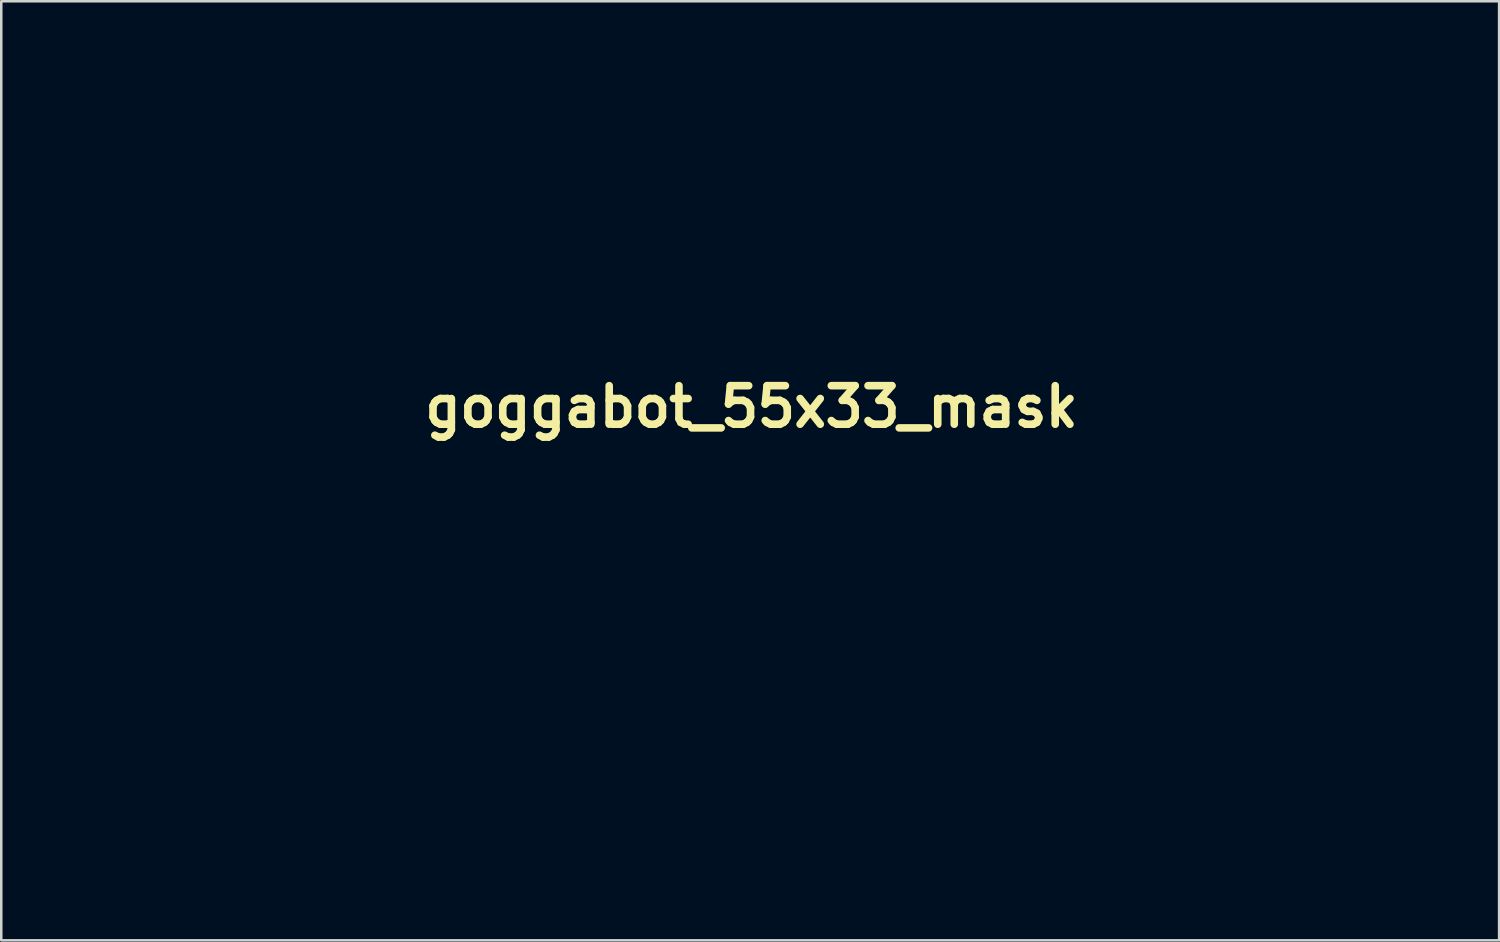
<source format=kicad_pcb>
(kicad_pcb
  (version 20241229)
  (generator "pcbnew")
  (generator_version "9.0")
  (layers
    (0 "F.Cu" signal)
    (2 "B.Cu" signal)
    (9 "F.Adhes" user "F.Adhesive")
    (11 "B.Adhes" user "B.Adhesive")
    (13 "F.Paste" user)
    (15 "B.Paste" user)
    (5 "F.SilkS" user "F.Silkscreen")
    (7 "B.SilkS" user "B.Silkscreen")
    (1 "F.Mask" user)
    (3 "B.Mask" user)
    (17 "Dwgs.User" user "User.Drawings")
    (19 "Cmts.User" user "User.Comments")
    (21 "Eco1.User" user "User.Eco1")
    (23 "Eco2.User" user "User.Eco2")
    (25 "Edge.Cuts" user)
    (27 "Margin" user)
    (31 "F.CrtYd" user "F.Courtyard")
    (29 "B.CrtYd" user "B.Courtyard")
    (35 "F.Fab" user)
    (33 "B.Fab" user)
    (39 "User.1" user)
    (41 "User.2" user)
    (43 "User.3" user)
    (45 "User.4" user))
  (footprint "goggabot_55x33_mask"
    (layer "F.Cu")
    (at 26.662 15.574)
    (property "Reference" "goggabot_55x33_mask" (at 0 -2.54 0) (layer "F.SilkS") (effects (font (size 1.524 1.524) (thickness 0.3))))
    (attr through_hole)
    (fp_poly (pts (xy 26.266 6.516) (xy 26.18 6.586) (xy 26.059 6.684) (xy 25.906 6.808) (xy 25.723 6.955) (xy 25.512 7.125) (xy 25.277 7.315) (xy 25.019 7.522) (xy 24.741 7.745) (xy 24.447 7.982) (xy 24.137 8.231) (xy 23.816 8.49) (xy 23.484 8.756) (xy 23.146 9.028) (xy 22.803 9.303) (xy 22.458 9.58) (xy 22.114 9.857) (xy 21.773 10.131) (xy 21.437 10.4) (xy 21.109 10.663) (xy 20.792 10.918) (xy 20.488 11.162) (xy 20.2 11.393) (xy 19.93 11.609) (xy 19.681 11.809) (xy 19.455 11.99) (xy 19.255 12.15) (xy 19.083 12.288) (xy 18.943 12.4) (xy 18.835 12.486) (xy 18.764 12.543) (xy 18.731 12.568) (xy 18.729 12.57) (xy 18.701 12.564) (xy 18.624 12.545) (xy 18.501 12.513) (xy 18.334 12.469) (xy 18.126 12.414) (xy 17.881 12.348) (xy 17.6 12.272) (xy 17.286 12.187) (xy 16.942 12.094) (xy 16.571 11.992) (xy 16.175 11.884) (xy 15.757 11.77) (xy 15.32 11.65) (xy 14.866 11.525) (xy 14.398 11.396) (xy 14.379 11.391) (xy 13.911 11.262) (xy 13.457 11.136) (xy 13.019 11.015) (xy 12.601 10.899) (xy 12.204 10.789) (xy 11.833 10.686) (xy 11.488 10.591) (xy 11.174 10.503) (xy 10.893 10.424) (xy 10.646 10.355) (xy 10.438 10.297) (xy 10.271 10.25) (xy 10.147 10.214) (xy 10.069 10.191) (xy 10.039 10.182) (xy 10.039 10.182) (xy 10.055 10.162) (xy 10.108 10.118) (xy 10.192 10.054) (xy 10.3 9.976) (xy 10.405 9.903) (xy 10.788 9.64) (xy 18.338 9.525) (xy 24.798 6.315) (xy 25.678 6.297) (xy 26.558 6.279) (xy 26.266 6.516)) (stroke (width 0.01) (type solid)) (fill yes) (layer "F.Mask"))
    (fp_poly (pts (xy 18.81 -12.524) (xy 18.906 -12.447) (xy 19.036 -12.343) (xy 19.199 -12.213) (xy 19.39 -12.059) (xy 19.608 -11.884) (xy 19.851 -11.689) (xy 20.116 -11.476) (xy 20.4 -11.248) (xy 20.701 -11.006) (xy 21.016 -10.753) (xy 21.343 -10.49) (xy 21.679 -10.219) (xy 22.022 -9.943) (xy 22.37 -9.664) (xy 22.719 -9.382) (xy 23.068 -9.102) (xy 23.414 -8.824) (xy 23.754 -8.55) (xy 24.085 -8.284) (xy 24.406 -8.025) (xy 24.714 -7.777) (xy 25.006 -7.542) (xy 25.28 -7.322) (xy 25.534 -7.118) (xy 25.764 -6.932) (xy 25.968 -6.768) (xy 26.145 -6.626) (xy 26.29 -6.508) (xy 26.403 -6.417) (xy 26.479 -6.355) (xy 26.518 -6.324) (xy 26.522 -6.321) (xy 26.538 -6.299) (xy 26.522 -6.288) (xy 26.464 -6.286) (xy 26.428 -6.287) (xy 26.367 -6.289) (xy 26.261 -6.292) (xy 26.117 -6.297) (xy 25.946 -6.302) (xy 25.754 -6.308) (xy 25.551 -6.314) (xy 25.534 -6.314) (xy 24.772 -6.337) (xy 21.55 -7.938) (xy 18.328 -9.539) (xy 15.347 -9.582) (xy 14.933 -9.588) (xy 14.521 -9.595) (xy 14.116 -9.601) (xy 13.723 -9.607) (xy 13.346 -9.613) (xy 12.99 -9.618) (xy 12.66 -9.624) (xy 12.36 -9.629) (xy 12.095 -9.633) (xy 11.87 -9.637) (xy 11.689 -9.64) (xy 11.569 -9.643) (xy 10.771 -9.66) (xy 10.399 -9.917) (xy 10.277 -10.002) (xy 10.171 -10.077) (xy 10.09 -10.137) (xy 10.04 -10.176) (xy 10.027 -10.188) (xy 10.052 -10.198) (xy 10.126 -10.221) (xy 10.244 -10.256) (xy 10.405 -10.302) (xy 10.604 -10.359) (xy 10.839 -10.425) (xy 11.106 -10.5) (xy 11.401 -10.582) (xy 11.723 -10.671) (xy 12.067 -10.766) (xy 12.43 -10.867) (xy 12.809 -10.971) (xy 13.201 -11.079) (xy 13.602 -11.189) (xy 14.01 -11.301) (xy 14.42 -11.413) (xy 14.831 -11.525) (xy 15.237 -11.636) (xy 15.637 -11.744) (xy 16.028 -11.85) (xy 16.404 -11.952) (xy 16.765 -12.05) (xy 17.106 -12.141) (xy 17.423 -12.227) (xy 17.715 -12.305) (xy 17.977 -12.375) (xy 18.207 -12.435) (xy 18.4 -12.486) (xy 18.555 -12.526) (xy 18.667 -12.553) (xy 18.733 -12.569) (xy 18.751 -12.571) (xy 18.81 -12.524)) (stroke (width 0.01) (type solid)) (fill yes) (layer "F.Mask"))
    (fp_poly (pts (xy -21.474 -11.937) (xy -21.4 -11.91) (xy -21.283 -11.867) (xy -21.126 -11.808) (xy -20.933 -11.735) (xy -20.707 -11.649) (xy -20.451 -11.552) (xy -20.168 -11.444) (xy -19.863 -11.327) (xy -19.537 -11.202) (xy -19.195 -11.071) (xy -18.84 -10.935) (xy -18.476 -10.794) (xy -18.105 -10.652) (xy -17.731 -10.508) (xy -17.357 -10.363) (xy -16.987 -10.221) (xy -16.624 -10.08) (xy -16.271 -9.944) (xy -15.932 -9.812) (xy -15.61 -9.688) (xy -15.308 -9.57) (xy -15.03 -9.462) (xy -14.779 -9.364) (xy -14.559 -9.278) (xy -14.372 -9.204) (xy -14.222 -9.145) (xy -14.113 -9.101) (xy -14.047 -9.074) (xy -14.028 -9.065) (xy -14.042 -9.044) (xy -14.093 -8.996) (xy -14.173 -8.926) (xy -14.278 -8.839) (xy -14.4 -8.741) (xy -14.533 -8.636) (xy -14.67 -8.529) (xy -14.806 -8.425) (xy -14.934 -8.329) (xy -15.046 -8.247) (xy -15.138 -8.183) (xy -15.203 -8.142) (xy -15.232 -8.129) (xy -15.264 -8.133) (xy -15.346 -8.148) (xy -15.473 -8.17) (xy -15.641 -8.201) (xy -15.848 -8.239) (xy -16.09 -8.284) (xy -16.363 -8.334) (xy -16.664 -8.39) (xy -16.988 -8.451) (xy -17.333 -8.515) (xy -17.695 -8.583) (xy -17.967 -8.634) (xy -18.338 -8.704) (xy -18.694 -8.77) (xy -19.031 -8.833) (xy -19.346 -8.892) (xy -19.636 -8.946) (xy -19.897 -8.995) (xy -20.125 -9.037) (xy -20.317 -9.073) (xy -20.469 -9.101) (xy -20.579 -9.121) (xy -20.642 -9.132) (xy -20.657 -9.135) (xy -20.673 -9.114) (xy -20.722 -9.053) (xy -20.8 -8.956) (xy -20.906 -8.824) (xy -21.039 -8.659) (xy -21.195 -8.465) (xy -21.374 -8.242) (xy -21.574 -7.994) (xy -21.792 -7.722) (xy -22.028 -7.43) (xy -22.278 -7.119) (xy -22.542 -6.791) (xy -22.817 -6.449) (xy -23.101 -6.096) (xy -23.139 -6.049) (xy -25.618 -2.968) (xy -26.137 -2.968) (xy -26.299 -2.969) (xy -26.44 -2.972) (xy -26.552 -2.977) (xy -26.626 -2.984) (xy -26.656 -2.991) (xy -26.657 -2.992) (xy -26.644 -3.018) (xy -26.605 -3.088) (xy -26.543 -3.198) (xy -26.459 -3.346) (xy -26.355 -3.53) (xy -26.232 -3.747) (xy -26.091 -3.993) (xy -25.935 -4.266) (xy -25.765 -4.564) (xy -25.582 -4.883) (xy -25.388 -5.221) (xy -25.184 -5.576) (xy -24.973 -5.944) (xy -24.755 -6.323) (xy -24.533 -6.709) (xy -24.307 -7.101) (xy -24.08 -7.496) (xy -23.853 -7.89) (xy -23.627 -8.281) (xy -23.405 -8.667) (xy -23.187 -9.045) (xy -22.976 -9.411) (xy -22.772 -9.763) (xy -22.578 -10.099) (xy -22.395 -10.416) (xy -22.224 -10.71) (xy -22.068 -10.98) (xy -21.927 -11.222) (xy -21.804 -11.434) (xy -21.699 -11.613) (xy -21.615 -11.757) (xy -21.553 -11.862) (xy -21.514 -11.925) (xy -21.501 -11.945) (xy -21.474 -11.937)) (stroke (width 0.01) (type solid)) (fill yes) (layer "F.Mask"))
    (fp_poly (pts (xy -26.129 2.969) (xy -25.601 2.971) (xy -23.129 6.044) (xy -22.843 6.398) (xy -22.567 6.741) (xy -22.301 7.07) (xy -22.048 7.383) (xy -21.81 7.678) (xy -21.588 7.951) (xy -21.385 8.202) (xy -21.201 8.427) (xy -21.04 8.625) (xy -20.903 8.792) (xy -20.791 8.928) (xy -20.707 9.028) (xy -20.652 9.092) (xy -20.629 9.117) (xy -20.629 9.117) (xy -20.599 9.112) (xy -20.52 9.098) (xy -20.396 9.075) (xy -20.23 9.045) (xy -20.025 9.007) (xy -19.786 8.963) (xy -19.515 8.912) (xy -19.216 8.856) (xy -18.893 8.796) (xy -18.548 8.732) (xy -18.187 8.664) (xy -17.901 8.61) (xy -17.529 8.541) (xy -17.171 8.474) (xy -16.832 8.412) (xy -16.514 8.354) (xy -16.221 8.301) (xy -15.957 8.254) (xy -15.726 8.213) (xy -15.53 8.179) (xy -15.373 8.153) (xy -15.26 8.135) (xy -15.192 8.126) (xy -15.174 8.126) (xy -15.146 8.147) (xy -15.082 8.197) (xy -14.987 8.271) (xy -14.868 8.363) (xy -14.729 8.471) (xy -14.585 8.583) (xy -14.435 8.699) (xy -14.3 8.804) (xy -14.184 8.894) (xy -14.094 8.964) (xy -14.035 9.01) (xy -14.012 9.028) (xy -14.015 9.051) (xy -14.016 9.051) (xy -14.041 9.062) (xy -14.113 9.091) (xy -14.229 9.136) (xy -14.384 9.197) (xy -14.576 9.271) (xy -14.801 9.359) (xy -15.056 9.458) (xy -15.337 9.567) (xy -15.642 9.686) (xy -15.966 9.812) (xy -16.307 9.944) (xy -16.662 10.081) (xy -17.026 10.222) (xy -17.397 10.366) (xy -17.771 10.511) (xy -18.145 10.656) (xy -18.516 10.799) (xy -18.879 10.94) (xy -19.233 11.077) (xy -19.573 11.208) (xy -19.897 11.333) (xy -20.2 11.45) (xy -20.48 11.559) (xy -20.734 11.656) (xy -20.957 11.742) (xy -21.147 11.815) (xy -21.3 11.874) (xy -21.413 11.917) (xy -21.482 11.943) (xy -21.505 11.951) (xy -21.519 11.929) (xy -21.558 11.862) (xy -21.621 11.753) (xy -21.707 11.604) (xy -21.814 11.418) (xy -21.942 11.197) (xy -22.089 10.943) (xy -22.253 10.658) (xy -22.433 10.345) (xy -22.629 10.006) (xy -22.838 9.642) (xy -23.06 9.257) (xy -23.293 8.852) (xy -23.536 8.429) (xy -23.788 7.992) (xy -24.047 7.542) (xy -24.084 7.477) (xy -24.344 7.025) (xy -24.596 6.585) (xy -24.841 6.16) (xy -25.075 5.752) (xy -25.298 5.363) (xy -25.509 4.995) (xy -25.706 4.651) (xy -25.889 4.333) (xy -26.055 4.043) (xy -26.204 3.783) (xy -26.334 3.555) (xy -26.443 3.363) (xy -26.532 3.207) (xy -26.598 3.091) (xy -26.64 3.017) (xy -26.656 2.986) (xy -26.657 2.985) (xy -26.631 2.98) (xy -26.56 2.975) (xy -26.452 2.972) (xy -26.315 2.97) (xy -26.156 2.969) (xy -26.129 2.969)) (stroke (width 0.01) (type solid)) (fill yes) (layer "F.Mask"))
    (fp_poly (pts (xy 4.636 -13.008) (xy 5.028 -12.729) (xy 5.408 -12.458) (xy 5.774 -12.197) (xy 6.123 -11.947) (xy 6.454 -11.711) (xy 6.763 -11.489) (xy 7.048 -11.284) (xy 7.308 -11.097) (xy 7.54 -10.93) (xy 7.741 -10.783) (xy 7.91 -10.66) (xy 8.045 -10.561) (xy 8.142 -10.488) (xy 8.2 -10.443) (xy 8.217 -10.428) (xy 8.185 -10.413) (xy 8.113 -10.386) (xy 8.01 -10.349) (xy 7.886 -10.305) (xy 7.751 -10.259) (xy 7.617 -10.213) (xy 7.491 -10.172) (xy 7.386 -10.138) (xy 7.31 -10.115) (xy 7.274 -10.107) (xy 7.274 -10.107) (xy 7.249 -10.121) (xy 7.182 -10.164) (xy 7.075 -10.232) (xy 6.932 -10.325) (xy 6.756 -10.441) (xy 6.548 -10.578) (xy 6.312 -10.734) (xy 6.05 -10.907) (xy 5.765 -11.096) (xy 5.459 -11.299) (xy 5.136 -11.514) (xy 4.797 -11.739) (xy 4.446 -11.973) (xy 4.397 -12.006) (xy 1.549 -13.905) (xy -1.726 -13.731) (xy -5.001 -13.557) (xy -5.128 -13.471) (xy -5.164 -13.446) (xy -5.242 -13.392) (xy -5.359 -13.312) (xy -5.512 -13.206) (xy -5.699 -13.077) (xy -5.917 -12.927) (xy -6.163 -12.757) (xy -6.435 -12.569) (xy -6.731 -12.365) (xy -7.048 -12.146) (xy -7.382 -11.915) (xy -7.733 -11.673) (xy -8.096 -11.422) (xy -8.443 -11.183) (xy -8.814 -10.927) (xy -9.174 -10.679) (xy -9.519 -10.441) (xy -9.848 -10.214) (xy -10.157 -10.002) (xy -10.445 -9.804) (xy -10.708 -9.623) (xy -10.944 -9.461) (xy -11.152 -9.319) (xy -11.328 -9.198) (xy -11.469 -9.102) (xy -11.574 -9.031) (xy -11.64 -8.987) (xy -11.665 -8.971) (xy -11.699 -8.977) (xy -11.775 -8.999) (xy -11.883 -9.034) (xy -12.014 -9.079) (xy -12.123 -9.119) (xy -12.263 -9.172) (xy -12.385 -9.218) (xy -12.481 -9.255) (xy -12.541 -9.279) (xy -12.558 -9.287) (xy -12.538 -9.304) (xy -12.479 -9.352) (xy -12.382 -9.428) (xy -12.251 -9.531) (xy -12.089 -9.658) (xy -11.896 -9.808) (xy -11.677 -9.978) (xy -11.434 -10.167) (xy -11.17 -10.372) (xy -10.886 -10.591) (xy -10.586 -10.823) (xy -10.273 -11.065) (xy -9.949 -11.316) (xy -9.616 -11.573) (xy -9.278 -11.834) (xy -8.936 -12.097) (xy -8.594 -12.361) (xy -8.254 -12.623) (xy -7.919 -12.881) (xy -7.591 -13.133) (xy -7.273 -13.378) (xy -6.967 -13.612) (xy -6.677 -13.835) (xy -6.404 -14.044) (xy -6.152 -14.237) (xy -5.923 -14.413) (xy -5.72 -14.568) (xy -5.545 -14.701) (xy -5.4 -14.811) (xy -5.29 -14.894) (xy -5.215 -14.949) (xy -5.179 -14.975) (xy -5.177 -14.976) (xy -5.152 -14.984) (xy -5.103 -14.994) (xy -5.028 -15.005) (xy -4.924 -15.018) (xy -4.79 -15.034) (xy -4.622 -15.052) (xy -4.419 -15.073) (xy -4.179 -15.096) (xy -3.898 -15.123) (xy -3.574 -15.154) (xy -3.206 -15.187) (xy -2.79 -15.225) (xy -2.325 -15.267) (xy -2.03 -15.294) (xy 1.032 -15.569) (xy 4.636 -13.008)) (stroke (width 0.01) (type solid)) (fill yes) (layer "F.Mask"))
    (fp_poly (pts (xy -11.627 8.98) (xy -11.559 9.026) (xy -11.453 9.098) (xy -11.31 9.196) (xy -11.133 9.317) (xy -10.924 9.461) (xy -10.685 9.625) (xy -10.42 9.807) (xy -10.13 10.007) (xy -9.818 10.222) (xy -9.486 10.451) (xy -9.137 10.691) (xy -8.774 10.942) (xy -8.398 11.202) (xy -8.304 11.267) (xy -7.858 11.575) (xy -7.454 11.854) (xy -7.089 12.106) (xy -6.763 12.331) (xy -6.471 12.532) (xy -6.213 12.709) (xy -5.985 12.865) (xy -5.787 13) (xy -5.616 13.117) (xy -5.469 13.216) (xy -5.344 13.299) (xy -5.24 13.367) (xy -5.154 13.422) (xy -5.084 13.465) (xy -5.027 13.498) (xy -4.983 13.522) (xy -4.948 13.538) (xy -4.92 13.548) (xy -4.898 13.554) (xy -4.878 13.556) (xy -4.86 13.557) (xy -4.855 13.557) (xy -4.811 13.558) (xy -4.717 13.563) (xy -4.577 13.57) (xy -4.393 13.579) (xy -4.171 13.59) (xy -3.912 13.604) (xy -3.621 13.619) (xy -3.301 13.636) (xy -2.956 13.654) (xy -2.589 13.674) (xy -2.203 13.694) (xy -1.802 13.716) (xy -1.591 13.727) (xy 1.537 13.896) (xy 4.403 11.989) (xy 7.268 10.082) (xy 7.751 10.244) (xy 7.902 10.295) (xy 8.033 10.341) (xy 8.138 10.38) (xy 8.207 10.408) (xy 8.234 10.423) (xy 8.234 10.423) (xy 8.213 10.441) (xy 8.151 10.488) (xy 8.05 10.562) (xy 7.914 10.661) (xy 7.745 10.782) (xy 7.547 10.925) (xy 7.321 11.086) (xy 7.072 11.265) (xy 6.8 11.459) (xy 6.51 11.665) (xy 6.204 11.883) (xy 5.885 12.11) (xy 5.555 12.344) (xy 5.218 12.584) (xy 4.876 12.827) (xy 4.532 13.071) (xy 4.188 13.314) (xy 3.848 13.555) (xy 3.514 13.791) (xy 3.189 14.02) (xy 2.876 14.241) (xy 2.578 14.452) (xy 2.296 14.65) (xy 2.035 14.834) (xy 1.797 15.001) (xy 1.584 15.149) (xy 1.4 15.278) (xy 1.247 15.384) (xy 1.128 15.466) (xy 1.046 15.522) (xy 1.003 15.549) (xy 0.998 15.552) (xy 0.965 15.55) (xy 0.883 15.544) (xy 0.754 15.533) (xy 0.582 15.518) (xy 0.371 15.5) (xy 0.123 15.478) (xy -0.157 15.453) (xy -0.466 15.425) (xy -0.802 15.395) (xy -1.16 15.363) (xy -1.537 15.329) (xy -1.93 15.293) (xy -2.072 15.28) (xy -2.47 15.244) (xy -2.853 15.208) (xy -3.219 15.174) (xy -3.563 15.142) (xy -3.883 15.111) (xy -4.175 15.083) (xy -4.435 15.058) (xy -4.661 15.035) (xy -4.848 15.016) (xy -4.994 15.001) (xy -5.094 14.99) (xy -5.146 14.983) (xy -5.151 14.982) (xy -5.18 14.963) (xy -5.248 14.913) (xy -5.353 14.835) (xy -5.492 14.73) (xy -5.661 14.602) (xy -5.86 14.45) (xy -6.085 14.279) (xy -6.333 14.089) (xy -6.602 13.883) (xy -6.889 13.662) (xy -7.192 13.429) (xy -7.508 13.186) (xy -7.835 12.935) (xy -8.169 12.677) (xy -8.509 12.416) (xy -8.851 12.152) (xy -9.193 11.887) (xy -9.532 11.625) (xy -9.866 11.367) (xy -10.193 11.114) (xy -10.508 10.869) (xy -10.811 10.634) (xy -11.098 10.412) (xy -11.367 10.203) (xy -11.615 10.01) (xy -11.839 9.835) (xy -12.037 9.68) (xy -12.206 9.547) (xy -12.344 9.438) (xy -12.448 9.355) (xy -12.515 9.3) (xy -12.543 9.275) (xy -12.544 9.274) (xy -12.509 9.255) (xy -12.434 9.224) (xy -12.331 9.184) (xy -12.208 9.139) (xy -12.077 9.093) (xy -11.948 9.049) (xy -11.83 9.011) (xy -11.735 8.982) (xy -11.672 8.966) (xy -11.652 8.964) (xy -11.627 8.98)) (stroke (width 0.01) (type solid)) (fill yes) (layer "F.Mask")))
  (gr_rect
    (start -3 -3)
    (end 56.224 34.13)
    (stroke (width 0.1) (type default))
    (fill no)
    (layer "Edge.Cuts")))
</source>
